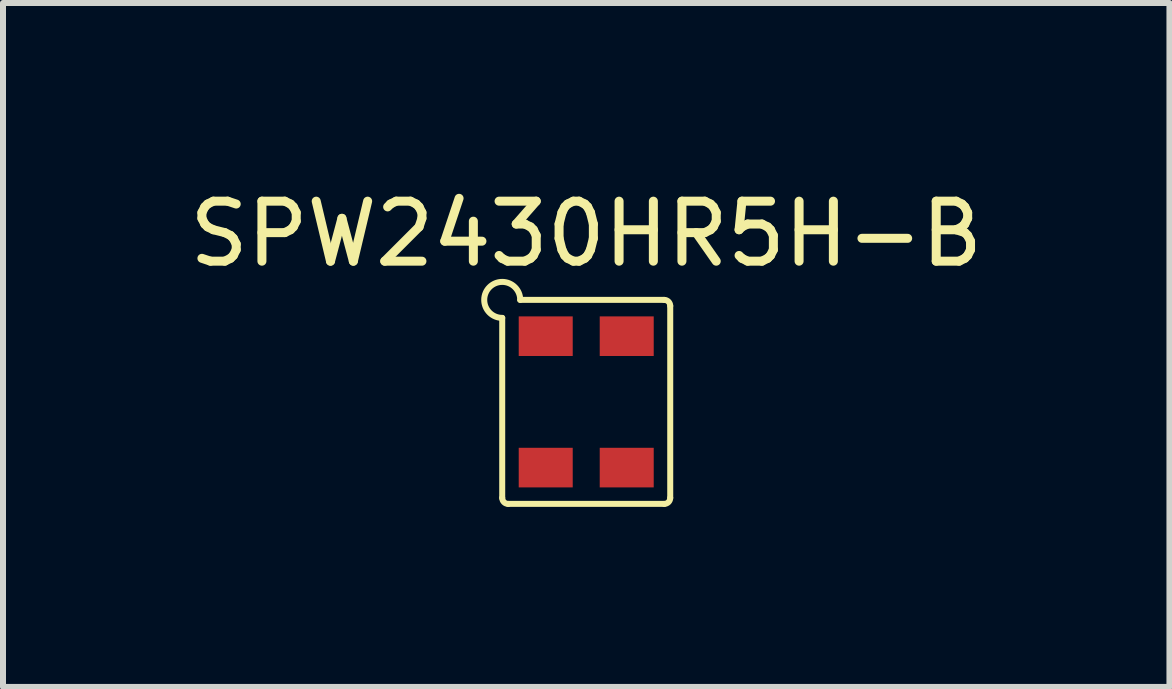
<source format=kicad_pcb>
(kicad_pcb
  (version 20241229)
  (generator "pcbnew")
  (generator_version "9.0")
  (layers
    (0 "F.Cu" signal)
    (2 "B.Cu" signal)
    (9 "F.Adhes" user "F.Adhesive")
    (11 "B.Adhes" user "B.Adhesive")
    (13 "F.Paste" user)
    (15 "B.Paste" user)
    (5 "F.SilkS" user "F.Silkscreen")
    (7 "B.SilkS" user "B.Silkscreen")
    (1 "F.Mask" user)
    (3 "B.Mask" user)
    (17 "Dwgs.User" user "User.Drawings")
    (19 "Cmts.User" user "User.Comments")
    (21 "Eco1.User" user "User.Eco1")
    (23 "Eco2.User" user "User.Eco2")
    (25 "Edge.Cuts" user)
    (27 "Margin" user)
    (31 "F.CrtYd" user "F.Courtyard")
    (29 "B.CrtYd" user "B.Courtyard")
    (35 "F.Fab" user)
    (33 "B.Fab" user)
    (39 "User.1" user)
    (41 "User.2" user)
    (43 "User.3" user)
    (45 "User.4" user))
  (footprint "SPW2430HR5H-B"
    (layer "F.Cu")
    (at 6.72 3.648)
    (property "Reference" "SPW2430HR5H-B" (at 0 -2.8 0) (layer "F.SilkS") (effects (font (size 1 1) (thickness 0.15))))
    (attr through_hole)
    (fp_line (start -1.4 -1.4) (end -1.4 1.6) (stroke (width 0.1) (type solid)) (layer "F.SilkS"))
    (fp_line (start -1.3 1.7) (end 1.3 1.7) (stroke (width 0.1) (type solid)) (layer "F.SilkS"))
    (fp_line (start -1.1 -1.7) (end 1.3 -1.7) (stroke (width 0.1) (type solid)) (layer "F.SilkS"))
    (fp_line (start 1.4 -1.6) (end 1.4 1.6) (stroke (width 0.1) (type solid)) (layer "F.SilkS"))
    (fp_arc (start -1.4 -1.4) (mid -1.612132 -1.912132) (end -1.1 -1.7) (stroke (width 0.1) (type solid)) (layer "F.SilkS"))
    (fp_arc (start -1.3 1.7) (mid -1.370711 1.670711) (end -1.4 1.6) (stroke (width 0.1) (type solid)) (layer "F.SilkS"))
    (fp_arc (start 1.3 -1.7) (mid 1.370711 -1.670711) (end 1.4 -1.6) (stroke (width 0.1) (type solid)) (layer "F.SilkS"))
    (fp_arc (start 1.4 1.6) (mid 1.370711 1.670711) (end 1.3 1.7) (stroke (width 0.1) (type solid)) (layer "F.SilkS"))
    (pad "1" smd rect (at -0.675 -1.095) (size 0.9 0.66) (layers "F.Cu" "F.Mask" "F.Paste"))
    (pad "2" smd rect (at -0.675 1.095) (size 0.9 0.66) (layers "F.Cu" "F.Mask" "F.Paste"))
    (pad "3" smd rect (at 0.675 1.095) (size 0.9 0.66) (layers "F.Cu" "F.Mask" "F.Paste"))
    (pad "4" smd rect (at 0.675 -1.095) (size 0.9 0.66) (layers "F.Cu" "F.Mask" "F.Paste")))
  (gr_rect
    (start -3 -3)
    (end 16.44 8.398)
    (stroke (width 0.1) (type default))
    (fill no)
    (layer "Edge.Cuts")))
</source>
